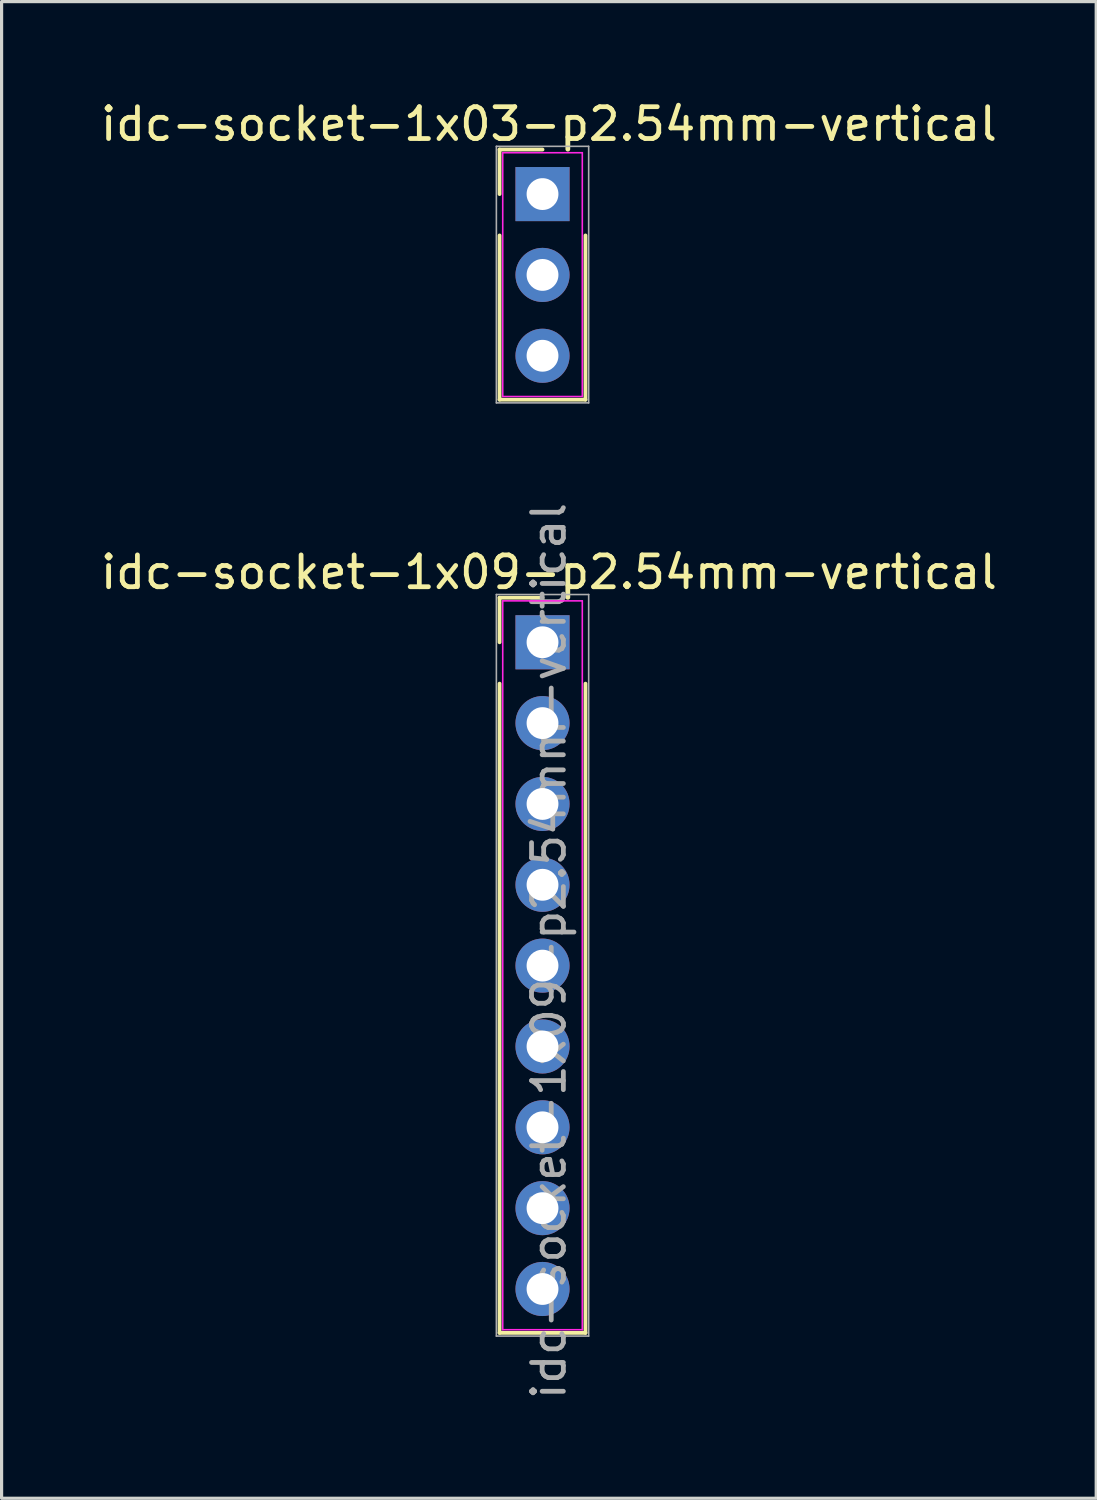
<source format=kicad_pcb>
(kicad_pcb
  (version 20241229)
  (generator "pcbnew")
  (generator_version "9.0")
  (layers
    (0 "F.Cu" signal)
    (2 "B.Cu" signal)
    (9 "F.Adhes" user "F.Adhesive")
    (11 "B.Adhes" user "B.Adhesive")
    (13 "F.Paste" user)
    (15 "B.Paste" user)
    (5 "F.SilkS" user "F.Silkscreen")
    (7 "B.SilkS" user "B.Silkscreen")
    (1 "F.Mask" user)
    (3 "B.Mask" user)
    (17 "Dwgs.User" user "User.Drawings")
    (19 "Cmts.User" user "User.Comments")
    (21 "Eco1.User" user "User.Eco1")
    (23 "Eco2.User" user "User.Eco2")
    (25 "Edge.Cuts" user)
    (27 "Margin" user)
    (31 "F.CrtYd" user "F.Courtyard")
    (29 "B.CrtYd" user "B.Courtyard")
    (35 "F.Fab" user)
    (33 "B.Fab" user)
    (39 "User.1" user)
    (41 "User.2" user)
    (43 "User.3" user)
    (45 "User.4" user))
  (footprint "idc-socket-1x09-p2.54mm-vertical"
    (layer "F.Cu")
    (at 13.996 17.13)
    (property "Reference" "idc-socket-1x09-p2.54mm-vertical" (at 0.2 -2.2 0) (layer "F.SilkS") (effects (font (size 1 1) (thickness 0.15))))
    (attr through_hole)
    (fp_line (start -1.35 -1.4) (end 0 -1.4) (stroke (width 0.12) (type solid)) (layer "F.SilkS"))
    (fp_line (start -1.35 0) (end -1.35 -1.4) (stroke (width 0.12) (type solid)) (layer "F.SilkS"))
    (fp_line (start -1.35 1.3) (end -1.35 21.7) (stroke (width 0.12) (type solid)) (layer "F.SilkS"))
    (fp_line (start -1.35 21.7) (end 1.35 21.7) (stroke (width 0.12) (type solid)) (layer "F.SilkS"))
    (fp_line (start 1.35 1.3) (end 1.35 21.7) (stroke (width 0.12) (type solid)) (layer "F.SilkS"))
    (fp_line (start -1.25 -1.3) (end -1.25 21.6) (stroke (width 0.05) (type solid)) (layer "F.CrtYd"))
    (fp_line (start -1.25 21.6) (end 1.25 21.6) (stroke (width 0.05) (type solid)) (layer "F.CrtYd"))
    (fp_line (start 1.25 -1.3) (end -1.25 -1.3) (stroke (width 0.05) (type solid)) (layer "F.CrtYd"))
    (fp_line (start 1.25 21.6) (end 1.25 -1.3) (stroke (width 0.05) (type solid)) (layer "F.CrtYd"))
    (fp_line (start -1.45 -1.5) (end -1.45 21.8) (stroke (width 0.05) (type solid)) (layer "F.Fab"))
    (fp_line (start -1.45 21.8) (end 1.45 21.8) (stroke (width 0.05) (type solid)) (layer "F.Fab"))
    (fp_line (start 1.45 -1.5) (end -1.45 -1.5) (stroke (width 0.05) (type solid)) (layer "F.Fab"))
    (fp_line (start 1.45 21.8) (end 1.45 -1.5) (stroke (width 0.05) (type solid)) (layer "F.Fab"))
    (fp_text user "${REFERENCE}" (at 0.2 9.7 90) (layer "F.Fab") (effects (font (size 1 1) (thickness 0.15))))
    (pad "1" thru_hole rect (at 0 0) (size 1.7 1.7) (drill 1) (layers "*.Cu" "*.Mask"))
    (pad "2" thru_hole oval (at 0 2.54) (size 1.7 1.7) (drill 1) (layers "*.Cu" "*.Mask"))
    (pad "3" thru_hole oval (at 0 5.08) (size 1.7 1.7) (drill 1) (layers "*.Cu" "*.Mask"))
    (pad "4" thru_hole oval (at 0 7.62) (size 1.7 1.7) (drill 1) (layers "*.Cu" "*.Mask"))
    (pad "5" thru_hole oval (at 0 10.16) (size 1.7 1.7) (drill 1) (layers "*.Cu" "*.Mask"))
    (pad "6" thru_hole oval (at 0 12.7) (size 1.7 1.7) (drill 1) (layers "*.Cu" "*.Mask"))
    (pad "7" thru_hole oval (at 0 15.24) (size 1.7 1.7) (drill 1) (layers "*.Cu" "*.Mask"))
    (pad "8" thru_hole oval (at 0 17.78) (size 1.7 1.7) (drill 1) (layers "*.Cu" "*.Mask"))
    (pad "9" thru_hole oval (at 0 20.32) (size 1.7 1.7) (drill 1) (layers "*.Cu" "*.Mask")))
  (footprint "idc-socket-1x03-p2.54mm-vertical"
    (layer "F.Cu")
    (at 13.996 3.048)
    (property "Reference" "idc-socket-1x03-p2.54mm-vertical" (at 0.2 -2.2 0) (layer "F.SilkS") (effects (font (size 1 1) (thickness 0.15))))
    (attr through_hole)
    (fp_line (start -1.35 -1.4) (end 0 -1.4) (stroke (width 0.12) (type solid)) (layer "F.SilkS"))
    (fp_line (start -1.35 0) (end -1.35 -1.4) (stroke (width 0.12) (type solid)) (layer "F.SilkS"))
    (fp_line (start -1.35 1.3) (end -1.35 6.46) (stroke (width 0.12) (type solid)) (layer "F.SilkS"))
    (fp_line (start -1.35 6.46) (end 1.35 6.46) (stroke (width 0.12) (type solid)) (layer "F.SilkS"))
    (fp_line (start 1.35 1.3) (end 1.35 6.46) (stroke (width 0.12) (type solid)) (layer "F.SilkS"))
    (fp_line (start -1.25 -1.3) (end -1.25 6.36) (stroke (width 0.05) (type solid)) (layer "F.CrtYd"))
    (fp_line (start -1.25 6.36) (end 1.25 6.36) (stroke (width 0.05) (type solid)) (layer "F.CrtYd"))
    (fp_line (start 1.25 -1.3) (end -1.25 -1.3) (stroke (width 0.05) (type solid)) (layer "F.CrtYd"))
    (fp_line (start 1.25 6.36) (end 1.25 -1.3) (stroke (width 0.05) (type solid)) (layer "F.CrtYd"))
    (fp_line (start -1.45 -1.5) (end -1.45 6.56) (stroke (width 0.05) (type solid)) (layer "F.Fab"))
    (fp_line (start -1.45 6.56) (end 1.45 6.56) (stroke (width 0.05) (type solid)) (layer "F.Fab"))
    (fp_line (start 1.45 -1.5) (end -1.45 -1.5) (stroke (width 0.05) (type solid)) (layer "F.Fab"))
    (fp_line (start 1.45 6.56) (end 1.45 -1.5) (stroke (width 0.05) (type solid)) (layer "F.Fab"))
    (pad "1" thru_hole rect (at 0 0) (size 1.7 1.7) (drill 1) (layers "*.Cu" "*.Mask"))
    (pad "2" thru_hole oval (at 0 2.54) (size 1.7 1.7) (drill 1) (layers "*.Cu" "*.Mask"))
    (pad "3" thru_hole oval (at 0 5.08) (size 1.7 1.7) (drill 1) (layers "*.Cu" "*.Mask")))
  (gr_rect
    (start -3 -3)
    (end 31.393 44.026)
    (stroke (width 0.1) (type default))
    (fill no)
    (layer "Edge.Cuts")))
</source>
